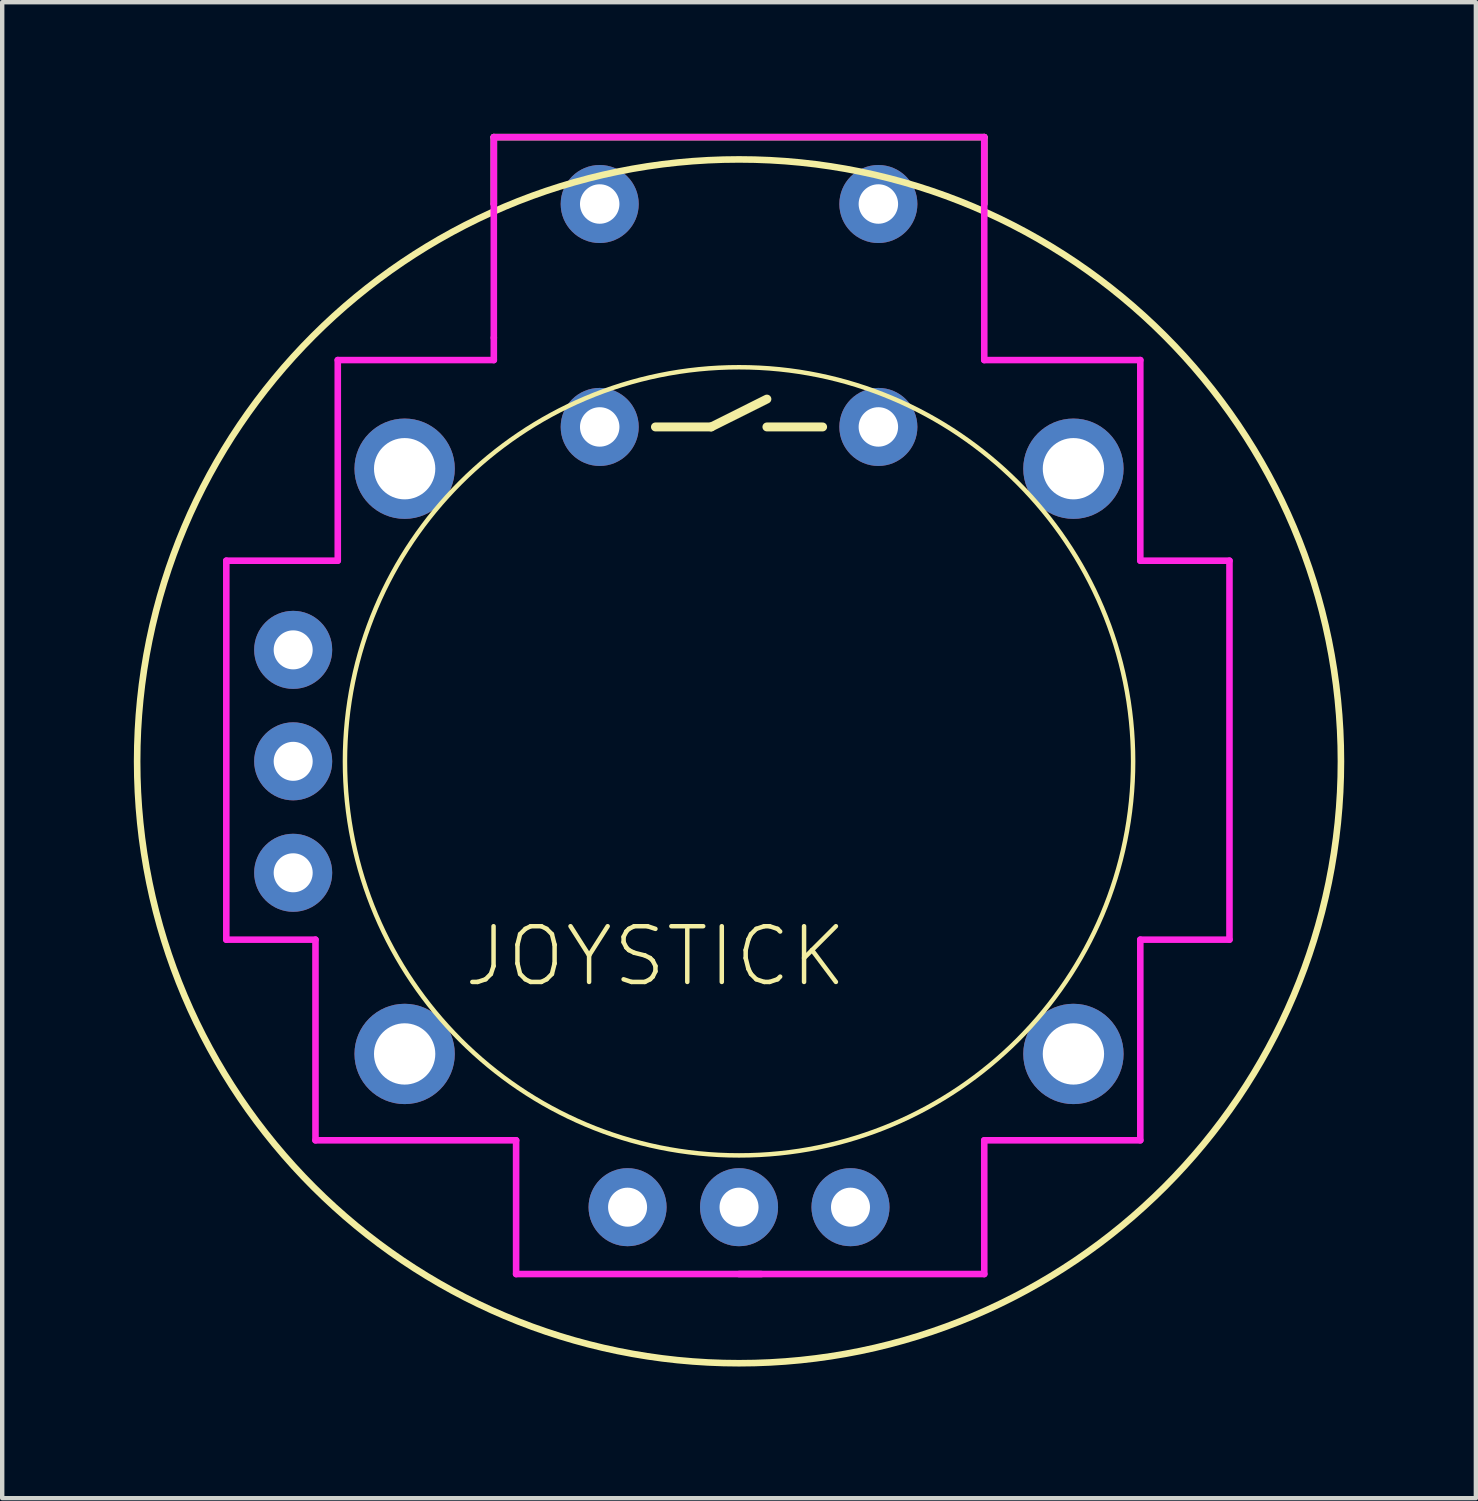
<source format=kicad_pcb>
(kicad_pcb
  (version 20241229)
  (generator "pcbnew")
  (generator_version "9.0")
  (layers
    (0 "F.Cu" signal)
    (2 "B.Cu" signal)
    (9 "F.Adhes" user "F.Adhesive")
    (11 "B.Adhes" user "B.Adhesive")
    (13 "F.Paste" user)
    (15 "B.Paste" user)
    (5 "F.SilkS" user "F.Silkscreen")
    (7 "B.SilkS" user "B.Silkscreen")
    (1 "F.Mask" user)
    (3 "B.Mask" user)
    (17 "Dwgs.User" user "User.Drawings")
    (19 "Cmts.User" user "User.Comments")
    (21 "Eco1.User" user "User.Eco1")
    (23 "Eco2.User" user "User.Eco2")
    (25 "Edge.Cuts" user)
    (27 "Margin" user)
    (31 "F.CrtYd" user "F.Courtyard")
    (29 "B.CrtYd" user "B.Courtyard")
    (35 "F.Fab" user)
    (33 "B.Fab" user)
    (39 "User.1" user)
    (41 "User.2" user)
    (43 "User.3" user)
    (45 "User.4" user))
  (footprint "JOYSTICK"
    (layer "F.Cu")
    (at 13.791 14.299)
    (property "Reference" "JOYSTICK" (at -1.905 4.445 0) (layer "F.SilkS") (effects (font (size 1.27 1.27) (thickness 0.102))))
    (attr exclude_from_pos_files exclude_from_bom)
    (fp_line (start -5.588 -12.7) (end -5.588 -14.224) (stroke (width 0.15) (type solid)) (layer "F.SilkS"))
    (fp_line (start -1.905 -7.62) (end -0.635 -7.62) (stroke (width 0.203) (type solid)) (layer "F.SilkS"))
    (fp_line (start -0.635 -7.62) (end 0.635 -8.255) (stroke (width 0.203) (type solid)) (layer "F.SilkS"))
    (fp_line (start 0.635 -7.62) (end 1.905 -7.62) (stroke (width 0.203) (type solid)) (layer "F.SilkS"))
    (fp_line (start 5.588 -14.224) (end -5.588 -14.224) (stroke (width 0.15) (type solid)) (layer "F.SilkS"))
    (fp_line (start 5.588 -12.7) (end 5.588 -14.224) (stroke (width 0.15) (type solid)) (layer "F.SilkS"))
    (fp_circle (center 0 0) (end -6.35 6.35) (stroke (width 0.102) (type solid)) (fill no) (layer "F.SilkS"))
    (fp_circle (center 0 0) (end 13.716 0) (stroke (width 0.15) (type solid)) (fill no) (layer "F.SilkS"))
    (fp_line (start -11.684 -4.572) (end -11.684 4.064) (stroke (width 0.15) (type solid)) (layer "F.CrtYd"))
    (fp_line (start -11.684 4.064) (end -9.652 4.064) (stroke (width 0.15) (type solid)) (layer "F.CrtYd"))
    (fp_line (start -9.652 4.064) (end -9.652 8.636) (stroke (width 0.15) (type solid)) (layer "F.CrtYd"))
    (fp_line (start -9.652 8.636) (end -5.08 8.636) (stroke (width 0.15) (type solid)) (layer "F.CrtYd"))
    (fp_line (start -9.144 -9.144) (end -9.144 -4.572) (stroke (width 0.15) (type solid)) (layer "F.CrtYd"))
    (fp_line (start -9.144 -4.572) (end -11.684 -4.572) (stroke (width 0.15) (type solid)) (layer "F.CrtYd"))
    (fp_line (start -5.588 -14.224) (end 5.588 -14.224) (stroke (width 0.15) (type solid)) (layer "F.CrtYd"))
    (fp_line (start -5.588 -12.7) (end -5.588 -14.224) (stroke (width 0.15) (type solid)) (layer "F.CrtYd"))
    (fp_line (start -5.588 -12.7) (end -5.588 -9.652) (stroke (width 0.15) (type solid)) (layer "F.CrtYd"))
    (fp_line (start -5.588 -9.144) (end -9.144 -9.144) (stroke (width 0.15) (type solid)) (layer "F.CrtYd"))
    (fp_line (start -5.588 -9.144) (end -5.588 -9.652) (stroke (width 0.15) (type solid)) (layer "F.CrtYd"))
    (fp_line (start -5.08 8.636) (end -5.08 11.684) (stroke (width 0.15) (type solid)) (layer "F.CrtYd"))
    (fp_line (start -5.08 11.684) (end 0.508 11.684) (stroke (width 0.15) (type solid)) (layer "F.CrtYd"))
    (fp_line (start 5.588 -14.224) (end 5.588 -9.144) (stroke (width 0.15) (type solid)) (layer "F.CrtYd"))
    (fp_line (start 5.588 -9.144) (end 9.144 -9.144) (stroke (width 0.15) (type solid)) (layer "F.CrtYd"))
    (fp_line (start 5.588 8.636) (end 5.588 11.684) (stroke (width 0.15) (type solid)) (layer "F.CrtYd"))
    (fp_line (start 5.588 11.684) (end 0 11.684) (stroke (width 0.15) (type solid)) (layer "F.CrtYd"))
    (fp_line (start 9.144 -4.572) (end 9.144 -9.144) (stroke (width 0.15) (type solid)) (layer "F.CrtYd"))
    (fp_line (start 9.144 -4.572) (end 11.176 -4.572) (stroke (width 0.15) (type solid)) (layer "F.CrtYd"))
    (fp_line (start 9.144 4.064) (end 9.144 8.636) (stroke (width 0.15) (type solid)) (layer "F.CrtYd"))
    (fp_line (start 9.144 8.636) (end 5.588 8.636) (stroke (width 0.15) (type solid)) (layer "F.CrtYd"))
    (fp_line (start 11.176 -4.572) (end 11.176 4.064) (stroke (width 0.15) (type solid)) (layer "F.CrtYd"))
    (fp_line (start 11.176 4.064) (end 9.144 4.064) (stroke (width 0.15) (type solid)) (layer "F.CrtYd"))
    (pad "B1A" thru_hole circle (at -3.175 -12.7) (size 1.778 1.778) (drill 0.899) (layers "*.Cu" "F.Mask" "F.Paste"))
    (pad "B1B" thru_hole circle (at 3.175 -12.7) (size 1.778 1.778) (drill 0.899) (layers "*.Cu" "F.Mask" "F.Paste"))
    (pad "B2A" thru_hole circle (at -3.175 -7.62) (size 1.778 1.778) (drill 0.899) (layers "*.Cu" "F.Mask" "F.Paste"))
    (pad "B2B" thru_hole circle (at 3.175 -7.62) (size 1.778 1.778) (drill 0.899) (layers "*.Cu" "F.Mask" "F.Paste"))
    (pad "H1" thru_hole circle (at -2.54 10.16) (size 1.778 1.778) (drill 0.889) (layers "*.Cu" "F.Mask" "F.Paste"))
    (pad "H2" thru_hole circle (at 0 10.16) (size 1.778 1.778) (drill 0.889) (layers "*.Cu" "F.Mask" "F.Paste"))
    (pad "H3" thru_hole circle (at 2.54 10.16) (size 1.778 1.778) (drill 0.889) (layers "*.Cu" "F.Mask" "F.Paste"))
    (pad "MOUN" thru_hole circle (at -7.62 -6.668) (size 2.286 2.286) (drill 1.397) (layers "*.Cu" "F.Mask" "F.Paste"))
    (pad "MOUN" thru_hole circle (at -7.62 6.668) (size 2.286 2.286) (drill 1.397) (layers "*.Cu" "F.Mask" "F.Paste"))
    (pad "MOUN" thru_hole circle (at 7.62 -6.668) (size 2.286 2.286) (drill 1.397) (layers "*.Cu" "F.Mask" "F.Paste"))
    (pad "MOUN" thru_hole circle (at 7.62 6.668) (size 2.286 2.286) (drill 1.397) (layers "*.Cu" "F.Mask" "F.Paste"))
    (pad "V1" thru_hole circle (at -10.16 -2.54) (size 1.778 1.778) (drill 0.889) (layers "*.Cu" "F.Mask" "F.Paste"))
    (pad "V2" thru_hole circle (at -10.16 0) (size 1.778 1.778) (drill 0.889) (layers "*.Cu" "F.Mask" "F.Paste"))
    (pad "V3" thru_hole circle (at -10.16 2.54) (size 1.778 1.778) (drill 0.889) (layers "*.Cu" "F.Mask" "F.Paste")))
  (gr_rect
    (start -3 -3)
    (end 30.582 31.09)
    (stroke (width 0.1) (type default))
    (fill no)
    (layer "Edge.Cuts")))
</source>
